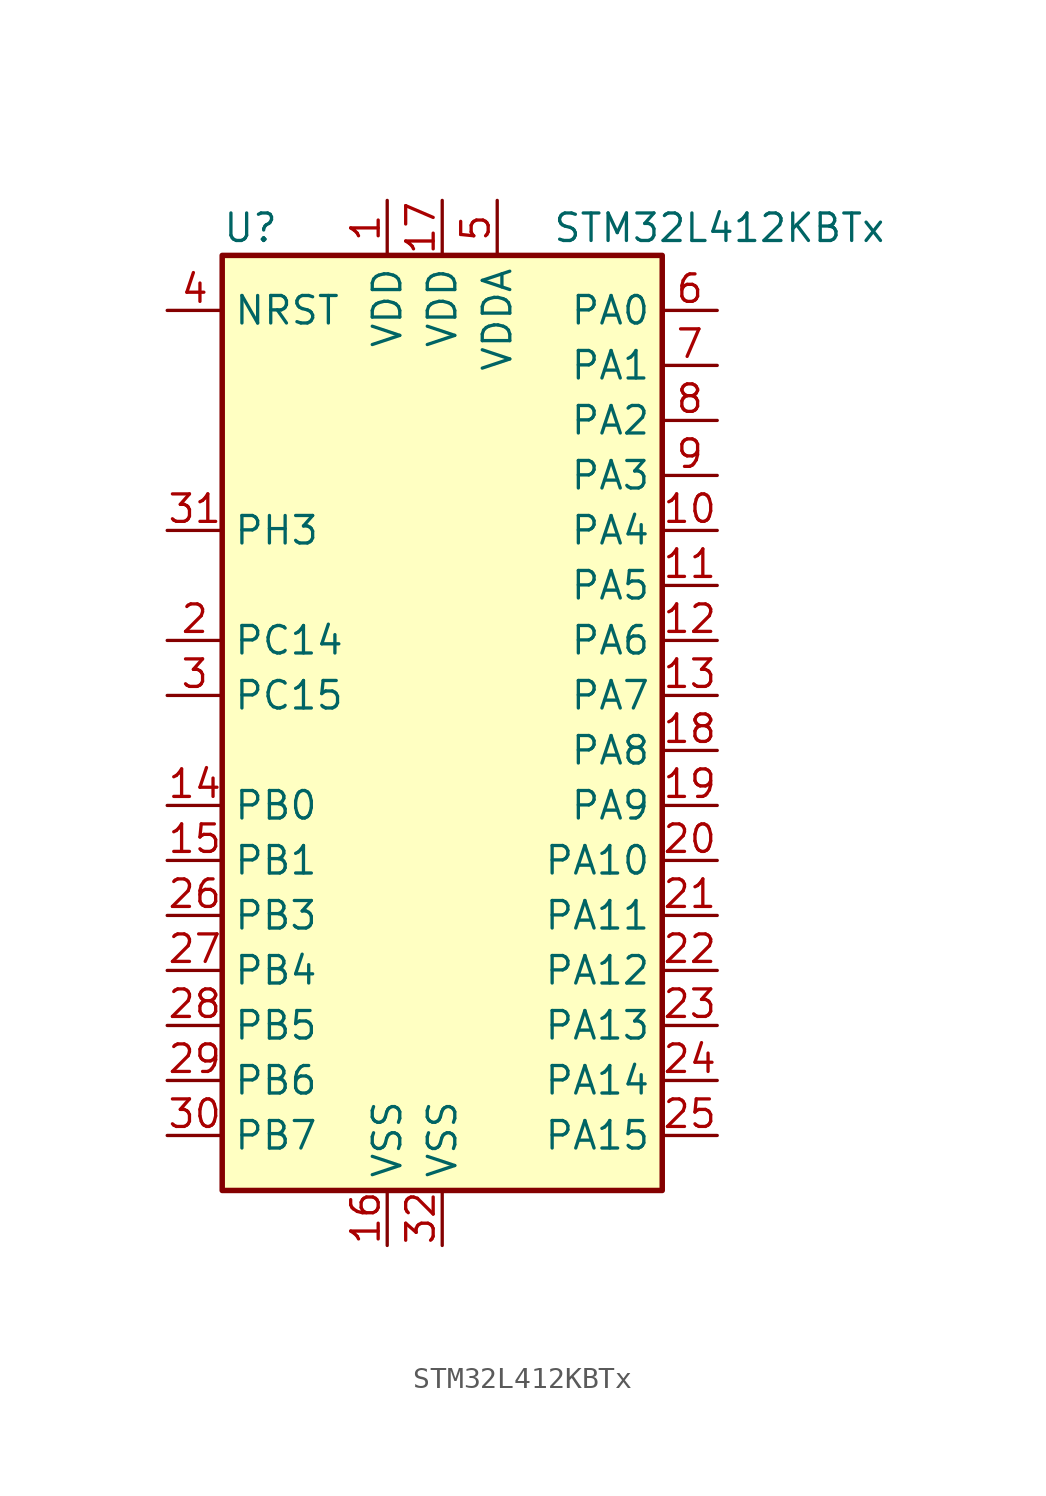
<source format=kicad_sym>
(kicad_symbol_lib
  (version 20211014)
  (generator kicad_symbol_editor)
  (symbol "STM32L412KBTx"
    (property "Reference" "U"
      (at -10.16 21.59 0)
      (effects (font (size 1.27 1.27)) (justify left)))
    (property "Value" "STM32L412KBTx"
      (at 5.08 21.59 0)
      (effects (font (size 1.27 1.27)) (justify left)))
    (symbol "STM32L412KBTx_0_1"
      (rectangle (start -10.16 -22.86) (end 10.16 20.32) (stroke (width 0.254) (type default) (color 0 0 0 0)) (fill (type background))))
    (symbol "STM32L412KBTx_1_1"
      (pin power_in line (at -2.54 22.86 270) (length 2.54) (name "VDD" (effects (font (size 1.27 1.27)))) (number "1" (effects (font (size 1.27 1.27)))))
      (pin bidirectional line (at 12.7 7.62 180) (length 2.54) (name "PA4" (effects (font (size 1.27 1.27)))) (number "10" (effects (font (size 1.27 1.27)))))
      (pin bidirectional line (at 12.7 5.08 180) (length 2.54) (name "PA5" (effects (font (size 1.27 1.27)))) (number "11" (effects (font (size 1.27 1.27)))))
      (pin bidirectional line (at 12.7 2.54 180) (length 2.54) (name "PA6" (effects (font (size 1.27 1.27)))) (number "12" (effects (font (size 1.27 1.27)))))
      (pin bidirectional line (at 12.7 0 180) (length 2.54) (name "PA7" (effects (font (size 1.27 1.27)))) (number "13" (effects (font (size 1.27 1.27)))))
      (pin bidirectional line (at -12.7 -5.08 0) (length 2.54) (name "PB0" (effects (font (size 1.27 1.27)))) (number "14" (effects (font (size 1.27 1.27)))))
      (pin bidirectional line (at -12.7 -7.62 0) (length 2.54) (name "PB1" (effects (font (size 1.27 1.27)))) (number "15" (effects (font (size 1.27 1.27)))))
      (pin power_in line (at -2.54 -25.4 90) (length 2.54) (name "VSS" (effects (font (size 1.27 1.27)))) (number "16" (effects (font (size 1.27 1.27)))))
      (pin power_in line (at 0 22.86 270) (length 2.54) (name "VDD" (effects (font (size 1.27 1.27)))) (number "17" (effects (font (size 1.27 1.27)))))
      (pin bidirectional line (at 12.7 -2.54 180) (length 2.54) (name "PA8" (effects (font (size 1.27 1.27)))) (number "18" (effects (font (size 1.27 1.27)))))
      (pin bidirectional line (at 12.7 -5.08 180) (length 2.54) (name "PA9" (effects (font (size 1.27 1.27)))) (number "19" (effects (font (size 1.27 1.27)))))
      (pin bidirectional line (at -12.7 2.54 0) (length 2.54) (name "PC14" (effects (font (size 1.27 1.27)))) (number "2" (effects (font (size 1.27 1.27)))))
      (pin bidirectional line (at 12.7 -7.62 180) (length 2.54) (name "PA10" (effects (font (size 1.27 1.27)))) (number "20" (effects (font (size 1.27 1.27)))))
      (pin bidirectional line (at 12.7 -10.16 180) (length 2.54) (name "PA11" (effects (font (size 1.27 1.27)))) (number "21" (effects (font (size 1.27 1.27)))))
      (pin bidirectional line (at 12.7 -12.7 180) (length 2.54) (name "PA12" (effects (font (size 1.27 1.27)))) (number "22" (effects (font (size 1.27 1.27)))))
      (pin bidirectional line (at 12.7 -15.24 180) (length 2.54) (name "PA13" (effects (font (size 1.27 1.27)))) (number "23" (effects (font (size 1.27 1.27)))))
      (pin bidirectional line (at 12.7 -17.78 180) (length 2.54) (name "PA14" (effects (font (size 1.27 1.27)))) (number "24" (effects (font (size 1.27 1.27)))))
      (pin bidirectional line (at 12.7 -20.32 180) (length 2.54) (name "PA15" (effects (font (size 1.27 1.27)))) (number "25" (effects (font (size 1.27 1.27)))))
      (pin bidirectional line (at -12.7 -10.16 0) (length 2.54) (name "PB3" (effects (font (size 1.27 1.27)))) (number "26" (effects (font (size 1.27 1.27)))))
      (pin bidirectional line (at -12.7 -12.7 0) (length 2.54) (name "PB4" (effects (font (size 1.27 1.27)))) (number "27" (effects (font (size 1.27 1.27)))))
      (pin bidirectional line (at -12.7 -15.24 0) (length 2.54) (name "PB5" (effects (font (size 1.27 1.27)))) (number "28" (effects (font (size 1.27 1.27)))))
      (pin bidirectional line (at -12.7 -17.78 0) (length 2.54) (name "PB6" (effects (font (size 1.27 1.27)))) (number "29" (effects (font (size 1.27 1.27)))))
      (pin bidirectional line (at -12.7 0 0) (length 2.54) (name "PC15" (effects (font (size 1.27 1.27)))) (number "3" (effects (font (size 1.27 1.27)))))
      (pin bidirectional line (at -12.7 -20.32 0) (length 2.54) (name "PB7" (effects (font (size 1.27 1.27)))) (number "30" (effects (font (size 1.27 1.27)))))
      (pin bidirectional line (at -12.7 7.62 0) (length 2.54) (name "PH3" (effects (font (size 1.27 1.27)))) (number "31" (effects (font (size 1.27 1.27)))))
      (pin power_in line (at 0 -25.4 90) (length 2.54) (name "VSS" (effects (font (size 1.27 1.27)))) (number "32" (effects (font (size 1.27 1.27)))))
      (pin input line (at -12.7 17.78 0) (length 2.54) (name "NRST" (effects (font (size 1.27 1.27)))) (number "4" (effects (font (size 1.27 1.27)))))
      (pin power_in line (at 2.54 22.86 270) (length 2.54) (name "VDDA" (effects (font (size 1.27 1.27)))) (number "5" (effects (font (size 1.27 1.27)))))
      (pin bidirectional line (at 12.7 17.78 180) (length 2.54) (name "PA0" (effects (font (size 1.27 1.27)))) (number "6" (effects (font (size 1.27 1.27)))))
      (pin bidirectional line (at 12.7 15.24 180) (length 2.54) (name "PA1" (effects (font (size 1.27 1.27)))) (number "7" (effects (font (size 1.27 1.27)))))
      (pin bidirectional line (at 12.7 12.7 180) (length 2.54) (name "PA2" (effects (font (size 1.27 1.27)))) (number "8" (effects (font (size 1.27 1.27)))))
      (pin bidirectional line (at 12.7 10.16 180) (length 2.54) (name "PA3" (effects (font (size 1.27 1.27)))) (number "9" (effects (font (size 1.27 1.27))))))))
</source>
